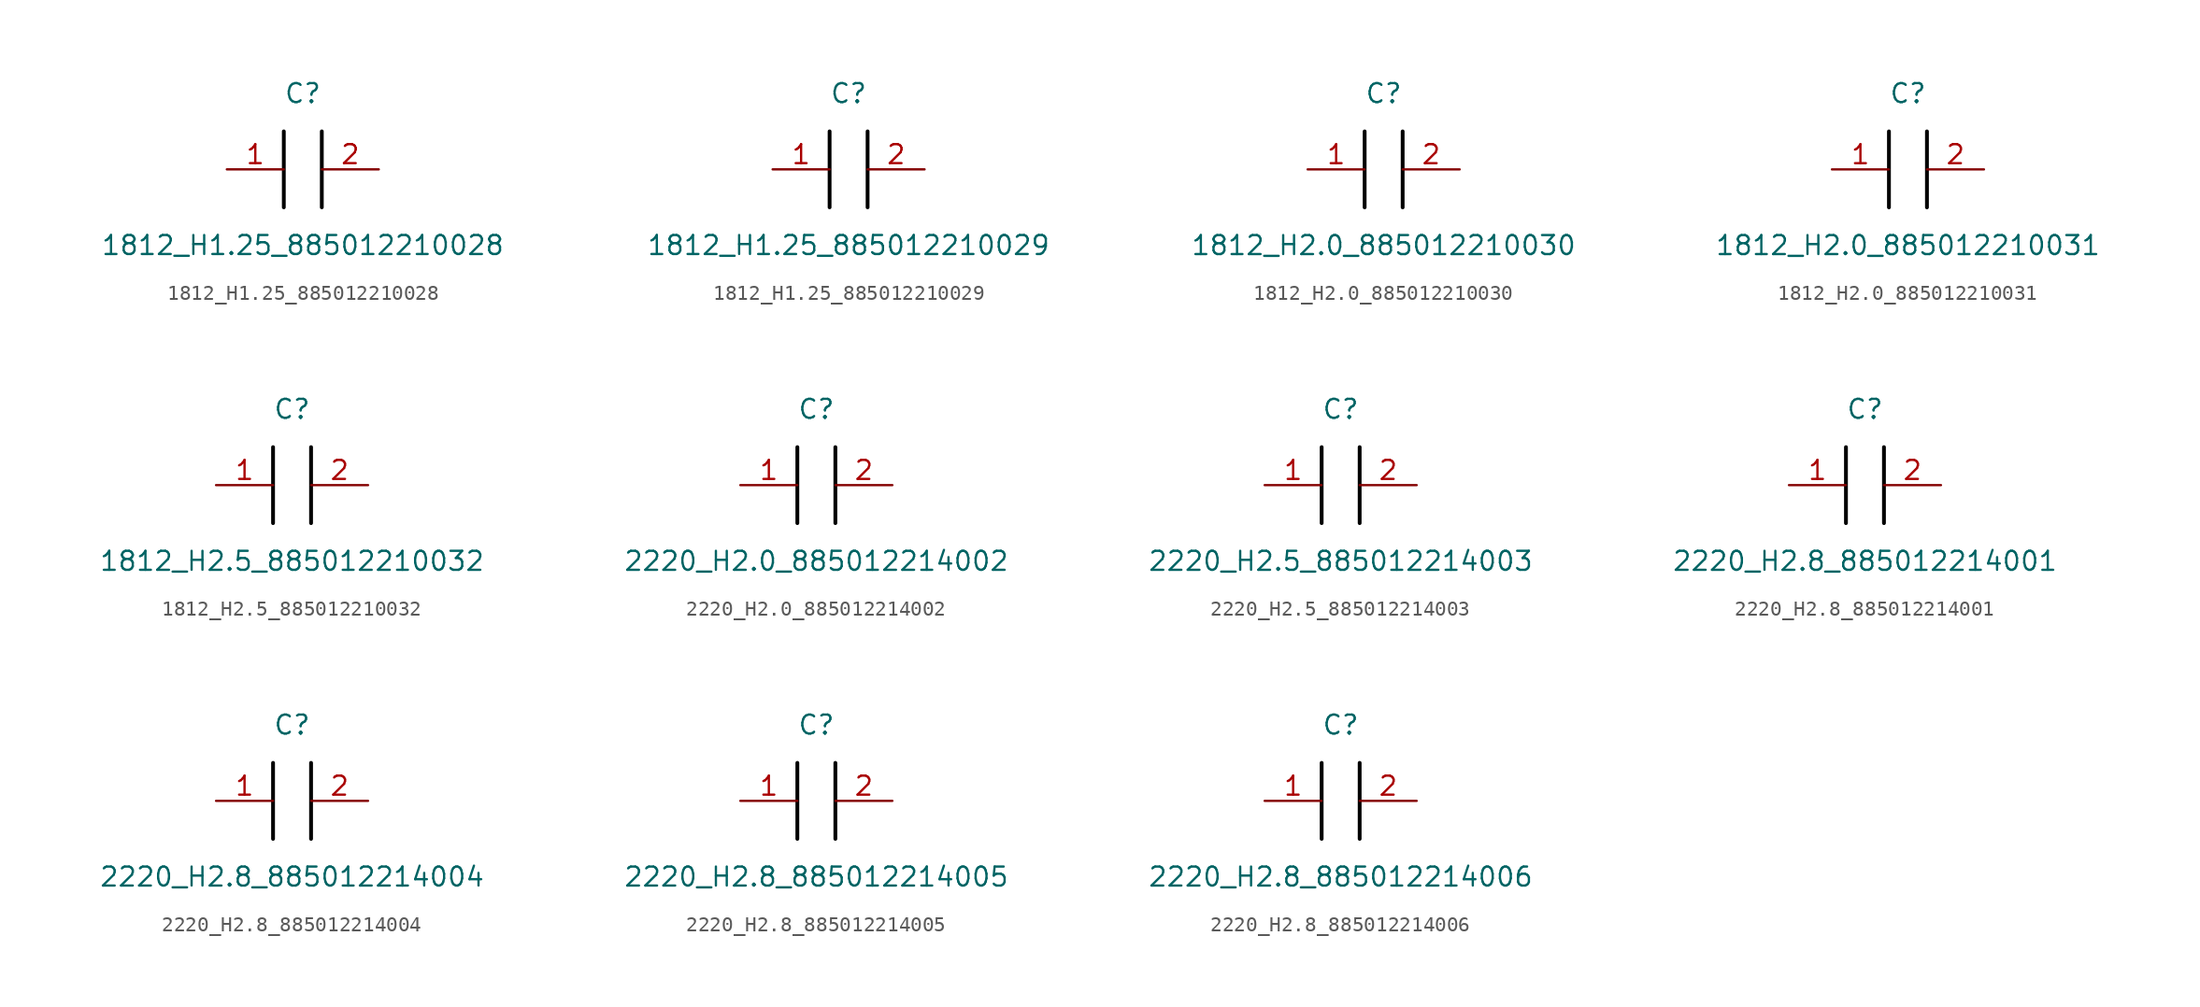
<source format=kicad_sym>
(kicad_symbol_lib
  (version 20220914)
  (generator kicad_symbol_editor)
  (symbol "1812_H1.25_885012210028"
    (pin_names hide)
    (property "Reference" "C"
      (at 0 5.08 0)
      (effects (font (size 1.27 1.27))))
    (property "Value" "1812_H1.25_885012210028"
      (at 0 -5.08 0)
      (effects (font (size 1.27 1.27))))
    (symbol "1812_H1.25_885012210028_1_1"
      (polyline (pts (xy -1.27 2.54) (xy -1.27 -2.54)) (stroke (width 0.254) (type default) (color 0 0 0 1)) (fill (type none)))
      (polyline (pts (xy 1.27 2.54) (xy 1.27 -2.54)) (stroke (width 0.254) (type default) (color 0 0 0 1)) (fill (type none)))
      (pin passive line (at -5.08 0 0) (length 3.81) (name "1" (effects (font (size 1.27 1.27)))) (number "1" (effects (font (size 1.27 1.27)))))
      (pin passive line (at 5.08 0 180) (length 3.81) (name "2" (effects (font (size 1.27 1.27)))) (number "2" (effects (font (size 1.27 1.27)))))))
  (symbol "1812_H1.25_885012210029"
    (pin_names hide)
    (property "Reference" "C"
      (at 0 5.08 0)
      (effects (font (size 1.27 1.27))))
    (property "Value" "1812_H1.25_885012210029"
      (at 0 -5.08 0)
      (effects (font (size 1.27 1.27))))
    (symbol "1812_H1.25_885012210029_1_1"
      (polyline (pts (xy -1.27 2.54) (xy -1.27 -2.54)) (stroke (width 0.254) (type default) (color 0 0 0 1)) (fill (type none)))
      (polyline (pts (xy 1.27 2.54) (xy 1.27 -2.54)) (stroke (width 0.254) (type default) (color 0 0 0 1)) (fill (type none)))
      (pin passive line (at -5.08 0 0) (length 3.81) (name "1" (effects (font (size 1.27 1.27)))) (number "1" (effects (font (size 1.27 1.27)))))
      (pin passive line (at 5.08 0 180) (length 3.81) (name "2" (effects (font (size 1.27 1.27)))) (number "2" (effects (font (size 1.27 1.27)))))))
  (symbol "1812_H2.0_885012210030"
    (pin_names hide)
    (property "Reference" "C"
      (at 0 5.08 0)
      (effects (font (size 1.27 1.27))))
    (property "Value" "1812_H2.0_885012210030"
      (at 0 -5.08 0)
      (effects (font (size 1.27 1.27))))
    (symbol "1812_H2.0_885012210030_1_1"
      (polyline (pts (xy -1.27 2.54) (xy -1.27 -2.54)) (stroke (width 0.254) (type default) (color 0 0 0 1)) (fill (type none)))
      (polyline (pts (xy 1.27 2.54) (xy 1.27 -2.54)) (stroke (width 0.254) (type default) (color 0 0 0 1)) (fill (type none)))
      (pin passive line (at -5.08 0 0) (length 3.81) (name "1" (effects (font (size 1.27 1.27)))) (number "1" (effects (font (size 1.27 1.27)))))
      (pin passive line (at 5.08 0 180) (length 3.81) (name "2" (effects (font (size 1.27 1.27)))) (number "2" (effects (font (size 1.27 1.27)))))))
  (symbol "1812_H2.0_885012210031"
    (pin_names hide)
    (property "Reference" "C"
      (at 0 5.08 0)
      (effects (font (size 1.27 1.27))))
    (property "Value" "1812_H2.0_885012210031"
      (at 0 -5.08 0)
      (effects (font (size 1.27 1.27))))
    (symbol "1812_H2.0_885012210031_1_1"
      (polyline (pts (xy -1.27 2.54) (xy -1.27 -2.54)) (stroke (width 0.254) (type default) (color 0 0 0 1)) (fill (type none)))
      (polyline (pts (xy 1.27 2.54) (xy 1.27 -2.54)) (stroke (width 0.254) (type default) (color 0 0 0 1)) (fill (type none)))
      (pin passive line (at -5.08 0 0) (length 3.81) (name "1" (effects (font (size 1.27 1.27)))) (number "1" (effects (font (size 1.27 1.27)))))
      (pin passive line (at 5.08 0 180) (length 3.81) (name "2" (effects (font (size 1.27 1.27)))) (number "2" (effects (font (size 1.27 1.27)))))))
  (symbol "1812_H2.5_885012210032"
    (pin_names hide)
    (property "Reference" "C"
      (at 0 5.08 0)
      (effects (font (size 1.27 1.27))))
    (property "Value" "1812_H2.5_885012210032"
      (at 0 -5.08 0)
      (effects (font (size 1.27 1.27))))
    (symbol "1812_H2.5_885012210032_1_1"
      (polyline (pts (xy -1.27 2.54) (xy -1.27 -2.54)) (stroke (width 0.254) (type default) (color 0 0 0 1)) (fill (type none)))
      (polyline (pts (xy 1.27 2.54) (xy 1.27 -2.54)) (stroke (width 0.254) (type default) (color 0 0 0 1)) (fill (type none)))
      (pin passive line (at -5.08 0 0) (length 3.81) (name "1" (effects (font (size 1.27 1.27)))) (number "1" (effects (font (size 1.27 1.27)))))
      (pin passive line (at 5.08 0 180) (length 3.81) (name "2" (effects (font (size 1.27 1.27)))) (number "2" (effects (font (size 1.27 1.27)))))))
  (symbol "2220_H2.0_885012214002"
    (pin_names hide)
    (property "Reference" "C"
      (at 0 5.08 0)
      (effects (font (size 1.27 1.27))))
    (property "Value" "2220_H2.0_885012214002"
      (at 0 -5.08 0)
      (effects (font (size 1.27 1.27))))
    (symbol "2220_H2.0_885012214002_1_1"
      (polyline (pts (xy -1.27 2.54) (xy -1.27 -2.54)) (stroke (width 0.254) (type default) (color 0 0 0 1)) (fill (type none)))
      (polyline (pts (xy 1.27 2.54) (xy 1.27 -2.54)) (stroke (width 0.254) (type default) (color 0 0 0 1)) (fill (type none)))
      (pin passive line (at -5.08 0 0) (length 3.81) (name "1" (effects (font (size 1.27 1.27)))) (number "1" (effects (font (size 1.27 1.27)))))
      (pin passive line (at 5.08 0 180) (length 3.81) (name "2" (effects (font (size 1.27 1.27)))) (number "2" (effects (font (size 1.27 1.27)))))))
  (symbol "2220_H2.5_885012214003"
    (pin_names hide)
    (property "Reference" "C"
      (at 0 5.08 0)
      (effects (font (size 1.27 1.27))))
    (property "Value" "2220_H2.5_885012214003"
      (at 0 -5.08 0)
      (effects (font (size 1.27 1.27))))
    (symbol "2220_H2.5_885012214003_1_1"
      (polyline (pts (xy -1.27 2.54) (xy -1.27 -2.54)) (stroke (width 0.254) (type default) (color 0 0 0 1)) (fill (type none)))
      (polyline (pts (xy 1.27 2.54) (xy 1.27 -2.54)) (stroke (width 0.254) (type default) (color 0 0 0 1)) (fill (type none)))
      (pin passive line (at -5.08 0 0) (length 3.81) (name "1" (effects (font (size 1.27 1.27)))) (number "1" (effects (font (size 1.27 1.27)))))
      (pin passive line (at 5.08 0 180) (length 3.81) (name "2" (effects (font (size 1.27 1.27)))) (number "2" (effects (font (size 1.27 1.27)))))))
  (symbol "2220_H2.8_885012214001"
    (pin_names hide)
    (property "Reference" "C"
      (at 0 5.08 0)
      (effects (font (size 1.27 1.27))))
    (property "Value" "2220_H2.8_885012214001"
      (at 0 -5.08 0)
      (effects (font (size 1.27 1.27))))
    (symbol "2220_H2.8_885012214001_1_1"
      (polyline (pts (xy -1.27 2.54) (xy -1.27 -2.54)) (stroke (width 0.254) (type default) (color 0 0 0 1)) (fill (type none)))
      (polyline (pts (xy 1.27 2.54) (xy 1.27 -2.54)) (stroke (width 0.254) (type default) (color 0 0 0 1)) (fill (type none)))
      (pin passive line (at -5.08 0 0) (length 3.81) (name "1" (effects (font (size 1.27 1.27)))) (number "1" (effects (font (size 1.27 1.27)))))
      (pin passive line (at 5.08 0 180) (length 3.81) (name "2" (effects (font (size 1.27 1.27)))) (number "2" (effects (font (size 1.27 1.27)))))))
  (symbol "2220_H2.8_885012214004"
    (pin_names hide)
    (property "Reference" "C"
      (at 0 5.08 0)
      (effects (font (size 1.27 1.27))))
    (property "Value" "2220_H2.8_885012214004"
      (at 0 -5.08 0)
      (effects (font (size 1.27 1.27))))
    (symbol "2220_H2.8_885012214004_1_1"
      (polyline (pts (xy -1.27 2.54) (xy -1.27 -2.54)) (stroke (width 0.254) (type default) (color 0 0 0 1)) (fill (type none)))
      (polyline (pts (xy 1.27 2.54) (xy 1.27 -2.54)) (stroke (width 0.254) (type default) (color 0 0 0 1)) (fill (type none)))
      (pin passive line (at -5.08 0 0) (length 3.81) (name "1" (effects (font (size 1.27 1.27)))) (number "1" (effects (font (size 1.27 1.27)))))
      (pin passive line (at 5.08 0 180) (length 3.81) (name "2" (effects (font (size 1.27 1.27)))) (number "2" (effects (font (size 1.27 1.27)))))))
  (symbol "2220_H2.8_885012214005"
    (pin_names hide)
    (property "Reference" "C"
      (at 0 5.08 0)
      (effects (font (size 1.27 1.27))))
    (property "Value" "2220_H2.8_885012214005"
      (at 0 -5.08 0)
      (effects (font (size 1.27 1.27))))
    (symbol "2220_H2.8_885012214005_1_1"
      (polyline (pts (xy -1.27 2.54) (xy -1.27 -2.54)) (stroke (width 0.254) (type default) (color 0 0 0 1)) (fill (type none)))
      (polyline (pts (xy 1.27 2.54) (xy 1.27 -2.54)) (stroke (width 0.254) (type default) (color 0 0 0 1)) (fill (type none)))
      (pin passive line (at -5.08 0 0) (length 3.81) (name "1" (effects (font (size 1.27 1.27)))) (number "1" (effects (font (size 1.27 1.27)))))
      (pin passive line (at 5.08 0 180) (length 3.81) (name "2" (effects (font (size 1.27 1.27)))) (number "2" (effects (font (size 1.27 1.27)))))))
  (symbol "2220_H2.8_885012214006"
    (pin_names hide)
    (property "Reference" "C"
      (at 0 5.08 0)
      (effects (font (size 1.27 1.27))))
    (property "Value" "2220_H2.8_885012214006"
      (at 0 -5.08 0)
      (effects (font (size 1.27 1.27))))
    (symbol "2220_H2.8_885012214006_1_1"
      (polyline (pts (xy -1.27 2.54) (xy -1.27 -2.54)) (stroke (width 0.254) (type default) (color 0 0 0 1)) (fill (type none)))
      (polyline (pts (xy 1.27 2.54) (xy 1.27 -2.54)) (stroke (width 0.254) (type default) (color 0 0 0 1)) (fill (type none)))
      (pin passive line (at -5.08 0 0) (length 3.81) (name "1" (effects (font (size 1.27 1.27)))) (number "1" (effects (font (size 1.27 1.27)))))
      (pin passive line (at 5.08 0 180) (length 3.81) (name "2" (effects (font (size 1.27 1.27)))) (number "2" (effects (font (size 1.27 1.27))))))))
</source>
